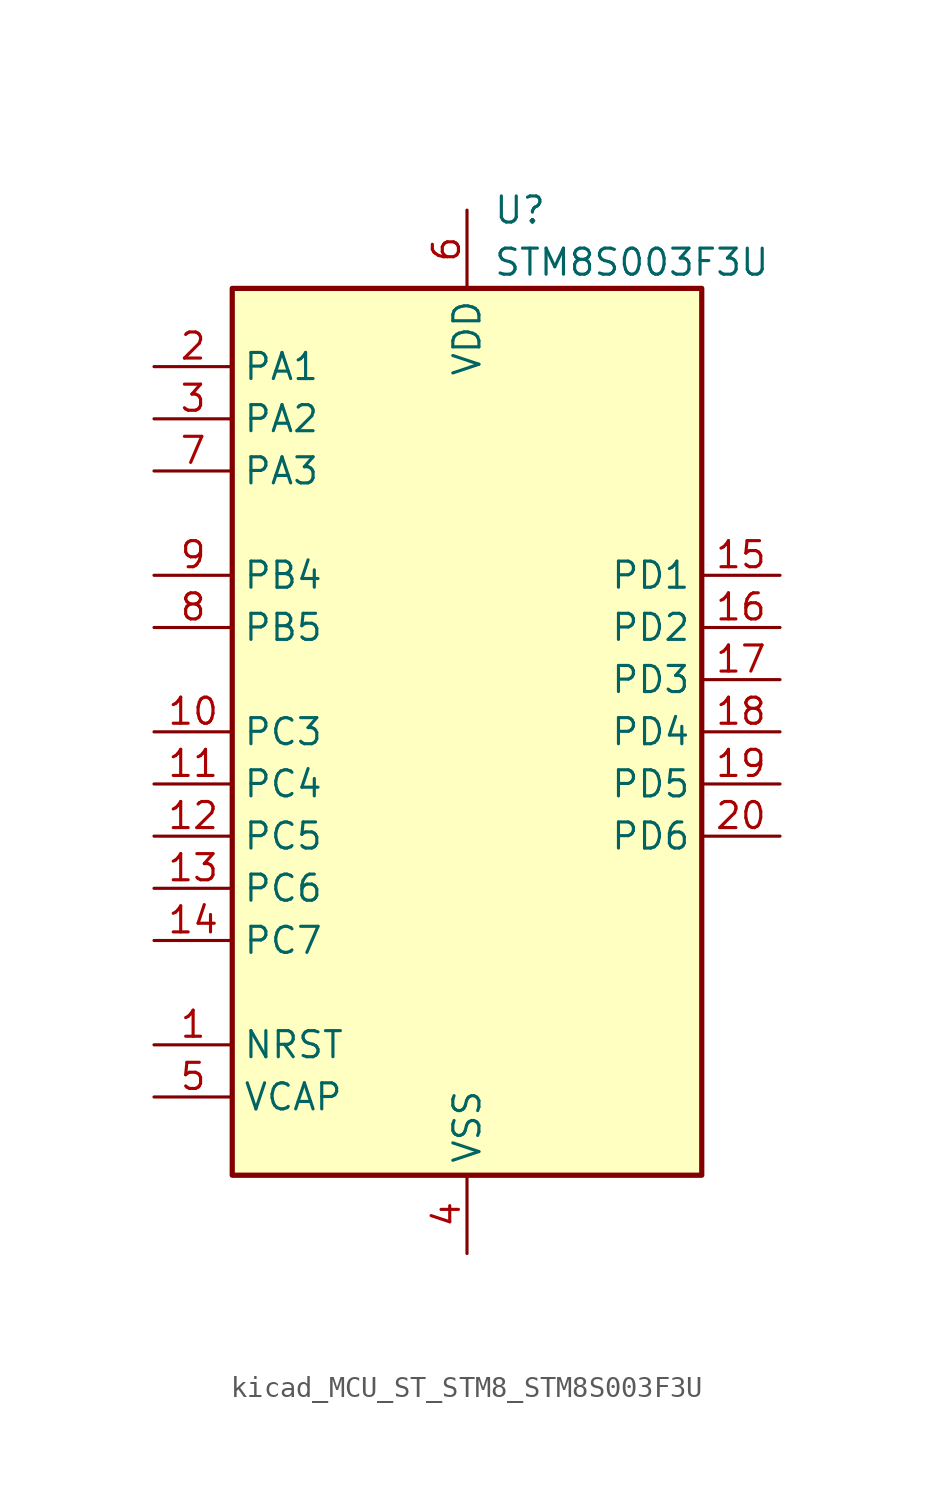
<source format=kicad_sym>
(kicad_symbol_lib
  (version 20220914)
  (generator kicad_symbol_editor)
  (symbol "kicad_MCU_ST_STM8_STM8S003F3U"
    (property "Reference" "U"
      (at 1.27 25.4 0)
      (effects (font (size 1.27 1.27)) (justify left)))
    (property "Value" "STM8S003F3U"
      (at 1.27 22.86 0)
      (effects (font (size 1.27 1.27)) (justify left)))
    (symbol "kicad_MCU_ST_STM8_STM8S003F3U_0_1"
      (rectangle (start -11.43 21.59) (end 11.43 -21.59) (stroke (width 0.254) (type default)) (fill (type background))))
    (symbol "kicad_MCU_ST_STM8_STM8S003F3U_1_1"
      (pin input line (at -15.24 -15.24 0) (length 3.81) (name "NRST" (effects (font (size 1.27 1.27)))) (number "1" (effects (font (size 1.27 1.27)))))
      (pin bidirectional line (at -15.24 0 0) (length 3.81) (name "PC3" (effects (font (size 1.27 1.27)))) (number "10" (effects (font (size 1.27 1.27)))))
      (pin bidirectional line (at -15.24 -2.54 0) (length 3.81) (name "PC4" (effects (font (size 1.27 1.27)))) (number "11" (effects (font (size 1.27 1.27)))))
      (pin bidirectional line (at -15.24 -5.08 0) (length 3.81) (name "PC5" (effects (font (size 1.27 1.27)))) (number "12" (effects (font (size 1.27 1.27)))))
      (pin bidirectional line (at -15.24 -7.62 0) (length 3.81) (name "PC6" (effects (font (size 1.27 1.27)))) (number "13" (effects (font (size 1.27 1.27)))))
      (pin bidirectional line (at -15.24 -10.16 0) (length 3.81) (name "PC7" (effects (font (size 1.27 1.27)))) (number "14" (effects (font (size 1.27 1.27)))))
      (pin bidirectional line (at 15.24 7.62 180) (length 3.81) (name "PD1" (effects (font (size 1.27 1.27)))) (number "15" (effects (font (size 1.27 1.27)))))
      (pin bidirectional line (at 15.24 5.08 180) (length 3.81) (name "PD2" (effects (font (size 1.27 1.27)))) (number "16" (effects (font (size 1.27 1.27)))))
      (pin bidirectional line (at 15.24 2.54 180) (length 3.81) (name "PD3" (effects (font (size 1.27 1.27)))) (number "17" (effects (font (size 1.27 1.27)))))
      (pin bidirectional line (at 15.24 0 180) (length 3.81) (name "PD4" (effects (font (size 1.27 1.27)))) (number "18" (effects (font (size 1.27 1.27)))))
      (pin bidirectional line (at 15.24 -2.54 180) (length 3.81) (name "PD5" (effects (font (size 1.27 1.27)))) (number "19" (effects (font (size 1.27 1.27)))))
      (pin bidirectional line (at -15.24 17.78 0) (length 3.81) (name "PA1" (effects (font (size 1.27 1.27)))) (number "2" (effects (font (size 1.27 1.27)))))
      (pin bidirectional line (at 15.24 -5.08 180) (length 3.81) (name "PD6" (effects (font (size 1.27 1.27)))) (number "20" (effects (font (size 1.27 1.27)))))
      (pin bidirectional line (at -15.24 15.24 0) (length 3.81) (name "PA2" (effects (font (size 1.27 1.27)))) (number "3" (effects (font (size 1.27 1.27)))))
      (pin power_in line (at 0 -25.4 90) (length 3.81) (name "VSS" (effects (font (size 1.27 1.27)))) (number "4" (effects (font (size 1.27 1.27)))))
      (pin passive line (at -15.24 -17.78 0) (length 3.81) (name "VCAP" (effects (font (size 1.27 1.27)))) (number "5" (effects (font (size 1.27 1.27)))))
      (pin power_in line (at 0 25.4 270) (length 3.81) (name "VDD" (effects (font (size 1.27 1.27)))) (number "6" (effects (font (size 1.27 1.27)))))
      (pin bidirectional line (at -15.24 12.7 0) (length 3.81) (name "PA3" (effects (font (size 1.27 1.27)))) (number "7" (effects (font (size 1.27 1.27)))))
      (pin bidirectional line (at -15.24 5.08 0) (length 3.81) (name "PB5" (effects (font (size 1.27 1.27)))) (number "8" (effects (font (size 1.27 1.27)))))
      (pin bidirectional line (at -15.24 7.62 0) (length 3.81) (name "PB4" (effects (font (size 1.27 1.27)))) (number "9" (effects (font (size 1.27 1.27))))))))
</source>
